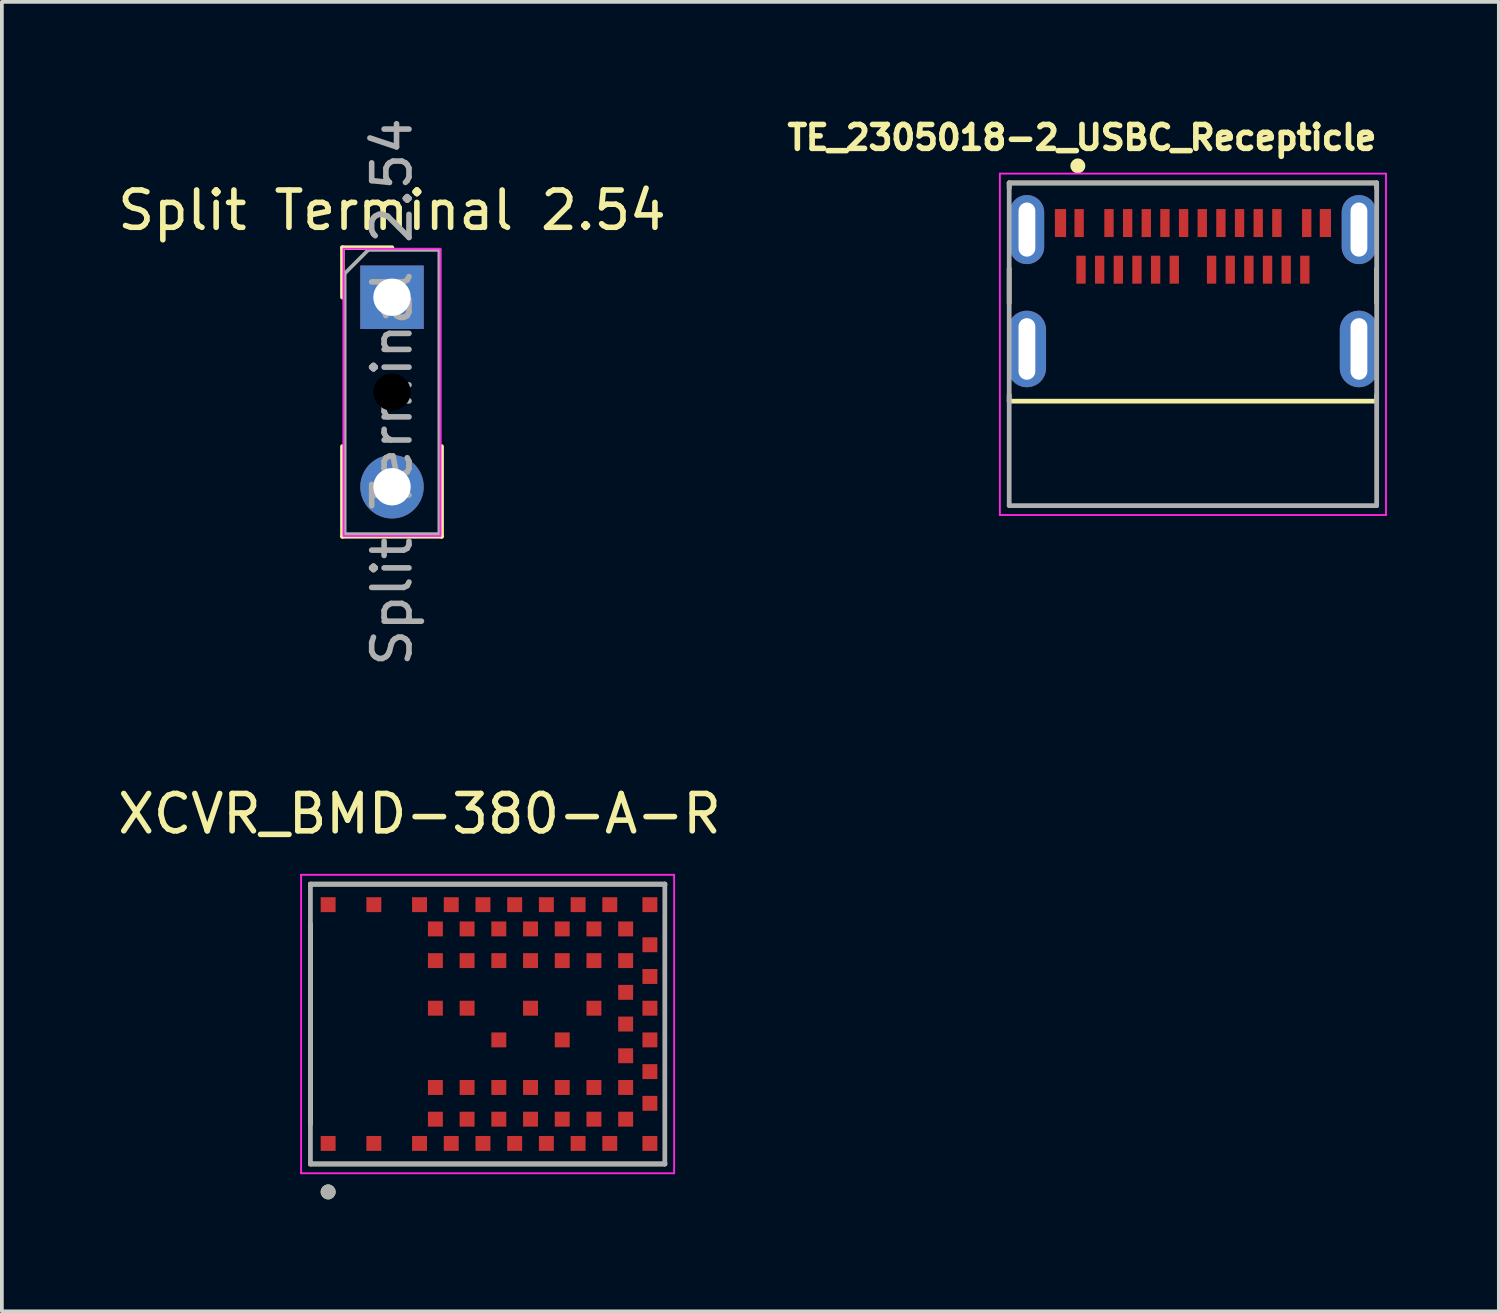
<source format=kicad_pcb>
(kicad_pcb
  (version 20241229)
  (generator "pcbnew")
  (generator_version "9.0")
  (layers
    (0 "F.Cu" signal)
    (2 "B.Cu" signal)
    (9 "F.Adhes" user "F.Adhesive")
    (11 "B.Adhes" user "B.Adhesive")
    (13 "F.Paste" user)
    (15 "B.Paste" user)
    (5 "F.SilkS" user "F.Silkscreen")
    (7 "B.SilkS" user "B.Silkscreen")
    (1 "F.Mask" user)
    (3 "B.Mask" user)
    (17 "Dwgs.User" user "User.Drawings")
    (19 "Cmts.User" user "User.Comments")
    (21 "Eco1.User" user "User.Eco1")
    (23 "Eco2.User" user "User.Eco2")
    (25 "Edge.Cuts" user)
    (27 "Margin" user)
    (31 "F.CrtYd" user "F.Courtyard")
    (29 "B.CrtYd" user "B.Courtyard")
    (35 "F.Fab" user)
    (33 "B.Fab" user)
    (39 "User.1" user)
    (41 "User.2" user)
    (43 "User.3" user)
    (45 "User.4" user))
  (footprint "XCVR_BMD-380-A-R"
    (layer "F.Cu")
    (at 10.021 24.4)
    (property "Reference" "XCVR_BMD-380-A-R" (at -1.825 -5.635 0) (layer "F.SilkS") (effects (font (size 1 1) (thickness 0.15))))
    (attr smd)
    (fp_line (start -4.75 -3.75) (end 4.75 -3.75) (stroke (width 0.127) (type solid)) (layer "F.SilkS"))
    (fp_line (start -4.75 -3.72) (end -4.75 -3.75) (stroke (width 0.127) (type solid)) (layer "F.SilkS"))
    (fp_line (start -4.75 -2.68) (end -4.75 2.68) (stroke (width 0.127) (type solid)) (layer "F.SilkS"))
    (fp_line (start -4.75 3.75) (end -4.75 3.72) (stroke (width 0.127) (type solid)) (layer "F.SilkS"))
    (fp_line (start 4.75 -3.75) (end 4.75 -3.72) (stroke (width 0.127) (type solid)) (layer "F.SilkS"))
    (fp_line (start 4.75 3.75) (end -4.75 3.75) (stroke (width 0.127) (type solid)) (layer "F.SilkS"))
    (fp_line (start 4.75 3.75) (end 4.75 3.72) (stroke (width 0.127) (type solid)) (layer "F.SilkS"))
    (fp_circle (center -4.275 4.5) (end -4.175 4.5) (stroke (width 0.2) (type solid)) (fill no) (layer "F.SilkS"))
    (fp_line (start -5 -4) (end -5 4) (stroke (width 0.05) (type solid)) (layer "F.CrtYd"))
    (fp_line (start -5 4) (end 5 4) (stroke (width 0.05) (type solid)) (layer "F.CrtYd"))
    (fp_line (start 5 -4) (end -5 -4) (stroke (width 0.05) (type solid)) (layer "F.CrtYd"))
    (fp_line (start 5 4) (end 5 -4) (stroke (width 0.05) (type solid)) (layer "F.CrtYd"))
    (fp_line (start -4.75 -3.75) (end 4.75 -3.75) (stroke (width 0.127) (type solid)) (layer "F.Fab"))
    (fp_line (start -4.75 3.75) (end -4.75 -3.75) (stroke (width 0.127) (type solid)) (layer "F.Fab"))
    (fp_line (start 4.75 -3.75) (end 4.75 3.75) (stroke (width 0.127) (type solid)) (layer "F.Fab"))
    (fp_line (start 4.75 3.75) (end -4.75 3.75) (stroke (width 0.127) (type solid)) (layer "F.Fab"))
    (fp_circle (center -4.275 4.5) (end -4.175 4.5) (stroke (width 0.2) (type solid)) (fill no) (layer "F.Fab"))
    (pad "1" smd rect (at -4.275 3.2) (size 0.4 0.4) (layers "F.Cu" "F.Mask" "F.Paste"))
    (pad "2" smd rect (at -3.05 3.2) (size 0.4 0.4) (layers "F.Cu" "F.Mask" "F.Paste"))
    (pad "3" smd rect (at -1.825 3.2) (size 0.4 0.4) (layers "F.Cu" "F.Mask" "F.Paste"))
    (pad "4" smd rect (at -1.4 2.55) (size 0.4 0.4) (layers "F.Cu" "F.Mask" "F.Paste"))
    (pad "5" smd rect (at -1.4 1.7) (size 0.4 0.4) (layers "F.Cu" "F.Mask" "F.Paste"))
    (pad "6" smd rect (at -0.975 3.2) (size 0.4 0.4) (layers "F.Cu" "F.Mask" "F.Paste"))
    (pad "7" smd rect (at -0.55 2.55) (size 0.4 0.4) (layers "F.Cu" "F.Mask" "F.Paste"))
    (pad "8" smd rect (at -0.55 1.7) (size 0.4 0.4) (layers "F.Cu" "F.Mask" "F.Paste"))
    (pad "9" smd rect (at -0.125 3.2) (size 0.4 0.4) (layers "F.Cu" "F.Mask" "F.Paste"))
    (pad "10" smd rect (at 0.3 2.55) (size 0.4 0.4) (layers "F.Cu" "F.Mask" "F.Paste"))
    (pad "11" smd rect (at 0.3 1.7) (size 0.4 0.4) (layers "F.Cu" "F.Mask" "F.Paste"))
    (pad "12" smd rect (at 0.725 3.2) (size 0.4 0.4) (layers "F.Cu" "F.Mask" "F.Paste"))
    (pad "13" smd rect (at 1.15 2.55) (size 0.4 0.4) (layers "F.Cu" "F.Mask" "F.Paste"))
    (pad "14" smd rect (at 1.15 1.7) (size 0.4 0.4) (layers "F.Cu" "F.Mask" "F.Paste"))
    (pad "15" smd rect (at 1.575 3.2) (size 0.4 0.4) (layers "F.Cu" "F.Mask" "F.Paste"))
    (pad "16" smd rect (at 2 2.55) (size 0.4 0.4) (layers "F.Cu" "F.Mask" "F.Paste"))
    (pad "17" smd rect (at 2 1.7) (size 0.4 0.4) (layers "F.Cu" "F.Mask" "F.Paste"))
    (pad "18" smd rect (at 2.425 3.2) (size 0.4 0.4) (layers "F.Cu" "F.Mask" "F.Paste"))
    (pad "19" smd rect (at 2.85 2.55) (size 0.4 0.4) (layers "F.Cu" "F.Mask" "F.Paste"))
    (pad "20" smd rect (at 2.85 1.7) (size 0.4 0.4) (layers "F.Cu" "F.Mask" "F.Paste"))
    (pad "21" smd rect (at 3.275 3.2) (size 0.4 0.4) (layers "F.Cu" "F.Mask" "F.Paste"))
    (pad "22" smd rect (at 3.7 2.55) (size 0.4 0.4) (layers "F.Cu" "F.Mask" "F.Paste"))
    (pad "23" smd rect (at 4.35 3.2) (size 0.4 0.4) (layers "F.Cu" "F.Mask" "F.Paste"))
    (pad "24" smd rect (at 4.35 2.125) (size 0.4 0.4) (layers "F.Cu" "F.Mask" "F.Paste"))
    (pad "25" smd rect (at 3.7 1.7) (size 0.4 0.4) (layers "F.Cu" "F.Mask" "F.Paste"))
    (pad "26" smd rect (at 4.35 1.275) (size 0.4 0.4) (layers "F.Cu" "F.Mask" "F.Paste"))
    (pad "27" smd rect (at 3.7 0.85) (size 0.4 0.4) (layers "F.Cu" "F.Mask" "F.Paste"))
    (pad "28" smd rect (at 4.35 0.425) (size 0.4 0.4) (layers "F.Cu" "F.Mask" "F.Paste"))
    (pad "29" smd rect (at 3.7 0) (size 0.4 0.4) (layers "F.Cu" "F.Mask" "F.Paste"))
    (pad "30" smd rect (at 4.35 -0.425) (size 0.4 0.4) (layers "F.Cu" "F.Mask" "F.Paste"))
    (pad "31" smd rect (at 3.7 -0.85) (size 0.4 0.4) (layers "F.Cu" "F.Mask" "F.Paste"))
    (pad "32" smd rect (at 4.35 -1.275) (size 0.4 0.4) (layers "F.Cu" "F.Mask" "F.Paste"))
    (pad "33" smd rect (at 3.7 -1.7) (size 0.4 0.4) (layers "F.Cu" "F.Mask" "F.Paste"))
    (pad "34" smd rect (at 4.35 -2.125) (size 0.4 0.4) (layers "F.Cu" "F.Mask" "F.Paste"))
    (pad "35" smd rect (at 4.35 -3.2) (size 0.4 0.4) (layers "F.Cu" "F.Mask" "F.Paste"))
    (pad "36" smd rect (at 3.7 -2.55) (size 0.4 0.4) (layers "F.Cu" "F.Mask" "F.Paste"))
    (pad "37" smd rect (at 3.275 -3.2) (size 0.4 0.4) (layers "F.Cu" "F.Mask" "F.Paste"))
    (pad "38" smd rect (at 2.85 -2.55) (size 0.4 0.4) (layers "F.Cu" "F.Mask" "F.Paste"))
    (pad "39" smd rect (at 2.85 -1.7) (size 0.4 0.4) (layers "F.Cu" "F.Mask" "F.Paste"))
    (pad "40" smd rect (at 2.425 -3.2) (size 0.4 0.4) (layers "F.Cu" "F.Mask" "F.Paste"))
    (pad "41" smd rect (at 2 -2.55) (size 0.4 0.4) (layers "F.Cu" "F.Mask" "F.Paste"))
    (pad "42" smd rect (at 2 -1.7) (size 0.4 0.4) (layers "F.Cu" "F.Mask" "F.Paste"))
    (pad "43" smd rect (at 1.575 -3.2) (size 0.4 0.4) (layers "F.Cu" "F.Mask" "F.Paste"))
    (pad "44" smd rect (at 1.15 -2.55) (size 0.4 0.4) (layers "F.Cu" "F.Mask" "F.Paste"))
    (pad "45" smd rect (at 1.15 -1.7) (size 0.4 0.4) (layers "F.Cu" "F.Mask" "F.Paste"))
    (pad "46" smd rect (at 0.725 -3.2) (size 0.4 0.4) (layers "F.Cu" "F.Mask" "F.Paste"))
    (pad "47" smd rect (at 0.3 -2.55) (size 0.4 0.4) (layers "F.Cu" "F.Mask" "F.Paste"))
    (pad "48" smd rect (at 0.3 -1.7) (size 0.4 0.4) (layers "F.Cu" "F.Mask" "F.Paste"))
    (pad "49" smd rect (at -0.125 -3.2) (size 0.4 0.4) (layers "F.Cu" "F.Mask" "F.Paste"))
    (pad "50" smd rect (at -0.55 -2.55) (size 0.4 0.4) (layers "F.Cu" "F.Mask" "F.Paste"))
    (pad "51" smd rect (at -0.55 -1.7) (size 0.4 0.4) (layers "F.Cu" "F.Mask" "F.Paste"))
    (pad "52" smd rect (at -0.975 -3.2) (size 0.4 0.4) (layers "F.Cu" "F.Mask" "F.Paste"))
    (pad "53" smd rect (at -1.4 -2.55) (size 0.4 0.4) (layers "F.Cu" "F.Mask" "F.Paste"))
    (pad "54" smd rect (at -1.4 -1.7) (size 0.4 0.4) (layers "F.Cu" "F.Mask" "F.Paste"))
    (pad "55" smd rect (at -1.825 -3.2) (size 0.4 0.4) (layers "F.Cu" "F.Mask" "F.Paste"))
    (pad "56" smd rect (at -3.05 -3.2) (size 0.4 0.4) (layers "F.Cu" "F.Mask" "F.Paste"))
    (pad "57" smd rect (at -4.275 -3.2) (size 0.4 0.4) (layers "F.Cu" "F.Mask" "F.Paste"))
    (pad "58" smd rect (at -1.4 -0.425) (size 0.4 0.4) (layers "F.Cu" "F.Mask" "F.Paste"))
    (pad "59" smd rect (at -0.55 -0.425) (size 0.4 0.4) (layers "F.Cu" "F.Mask" "F.Paste"))
    (pad "60" smd rect (at 0.3 0.425) (size 0.4 0.4) (layers "F.Cu" "F.Mask" "F.Paste"))
    (pad "61" smd rect (at 1.15 -0.425) (size 0.4 0.4) (layers "F.Cu" "F.Mask" "F.Paste"))
    (pad "62" smd rect (at 2 0.425) (size 0.4 0.4) (layers "F.Cu" "F.Mask" "F.Paste"))
    (pad "63" smd rect (at 2.85 -0.425) (size 0.4 0.4) (layers "F.Cu" "F.Mask" "F.Paste"))
    (zone (net_name "") (layers "F.Cu" "B.Cu") (name "Antenna keepout") (hatch full 0.508) (connect_pads) (min_thickness 0.01) (filled_areas_thickness no) (keepout (tracks not_allowed) (vias not_allowed) (pads not_allowed) (copperpour not_allowed) (footprints allowed)) (placement (enabled no)) (fill) (polygon (pts (xy 5.471 28.15) (xy 5.271 28.15) (xy 5.271 20.65) (xy 5.471 20.65) (xy 5.471 21.61) (xy 8.371 21.61) (xy 8.371 26.76) (xy 5.471 26.76)))))
  (footprint "TE_2305018-2_USBC_Recepticle"
    (layer "F.Cu")
    (at 28.927 6.304)
    (property "Reference" "TE_2305018-2_USBC_Recepticle" (at -2.973 -5.666 0) (layer "F.SilkS") (effects (font (size 0.641 0.641) (thickness 0.15))))
    (attr through_hole)
    (fp_line (start -4.925 -4.45) (end 4.925 -4.45) (stroke (width 0.127) (type solid)) (layer "F.SilkS"))
    (fp_line (start -4.925 -4.309) (end -4.925 -4.45) (stroke (width 0.127) (type solid)) (layer "F.SilkS"))
    (fp_line (start -4.925 -1.231) (end -4.925 -2.155) (stroke (width 0.127) (type solid)) (layer "F.SilkS"))
    (fp_line (start -4.925 1.4) (end -4.925 1.231) (stroke (width 0.127) (type solid)) (layer "F.SilkS"))
    (fp_line (start 4.925 -4.309) (end 4.925 -4.45) (stroke (width 0.127) (type solid)) (layer "F.SilkS"))
    (fp_line (start 4.925 -1.231) (end 4.925 -2.155) (stroke (width 0.127) (type solid)) (layer "F.SilkS"))
    (fp_line (start 4.925 1.4) (end -4.925 1.4) (stroke (width 0.127) (type solid)) (layer "F.SilkS"))
    (fp_line (start 4.925 1.4) (end 4.925 1.231) (stroke (width 0.127) (type solid)) (layer "F.SilkS"))
    (fp_circle (center -3.085 -4.907) (end -2.985 -4.907) (stroke (width 0.2) (type solid)) (fill no) (layer "F.SilkS"))
    (fp_line (start -5.175 -4.7) (end 5.175 -4.7) (stroke (width 0.05) (type solid)) (layer "F.CrtYd"))
    (fp_line (start -5.175 4.45) (end -5.175 -4.7) (stroke (width 0.05) (type solid)) (layer "F.CrtYd"))
    (fp_line (start 5.175 -4.7) (end 5.175 4.45) (stroke (width 0.05) (type solid)) (layer "F.CrtYd"))
    (fp_line (start 5.175 4.45) (end -5.175 4.45) (stroke (width 0.05) (type solid)) (layer "F.CrtYd"))
    (fp_line (start -4.925 -4.45) (end 4.925 -4.45) (stroke (width 0.127) (type solid)) (layer "F.Fab"))
    (fp_line (start -4.925 4.2) (end -4.925 -4.45) (stroke (width 0.127) (type solid)) (layer "F.Fab"))
    (fp_line (start -4.925 4.2) (end 4.925 4.2) (stroke (width 0.127) (type solid)) (layer "F.Fab"))
    (fp_line (start 4.925 -4.45) (end 4.925 4.2) (stroke (width 0.127) (type solid)) (layer "F.Fab"))
    (pad "A1" smd rect (at -3.05 -3.375) (size 0.25 0.75) (layers "F.Cu" "F.Mask" "F.Paste"))
    (pad "A2" smd rect (at -2.25 -3.375) (size 0.25 0.75) (layers "F.Cu" "F.Mask" "F.Paste"))
    (pad "A3" smd rect (at -1.75 -3.375) (size 0.25 0.75) (layers "F.Cu" "F.Mask" "F.Paste"))
    (pad "A4" smd rect (at -1.25 -3.375) (size 0.25 0.75) (layers "F.Cu" "F.Mask" "F.Paste"))
    (pad "A5" smd rect (at -0.75 -3.375) (size 0.25 0.75) (layers "F.Cu" "F.Mask" "F.Paste"))
    (pad "A6" smd rect (at -0.25 -3.375) (size 0.25 0.75) (layers "F.Cu" "F.Mask" "F.Paste"))
    (pad "A7" smd rect (at 0.25 -3.375) (size 0.25 0.75) (layers "F.Cu" "F.Mask" "F.Paste"))
    (pad "A8" smd rect (at 0.75 -3.375) (size 0.25 0.75) (layers "F.Cu" "F.Mask" "F.Paste"))
    (pad "A9" smd rect (at 1.25 -3.375) (size 0.25 0.75) (layers "F.Cu" "F.Mask" "F.Paste"))
    (pad "A10" smd rect (at 1.75 -3.375) (size 0.25 0.75) (layers "F.Cu" "F.Mask" "F.Paste"))
    (pad "A11" smd rect (at 2.25 -3.375) (size 0.25 0.75) (layers "F.Cu" "F.Mask" "F.Paste"))
    (pad "A12" smd rect (at 3.05 -3.375) (size 0.25 0.75) (layers "F.Cu" "F.Mask" "F.Paste"))
    (pad "B1" smd rect (at 3 -2.125) (size 0.25 0.75) (layers "F.Cu" "F.Mask" "F.Paste"))
    (pad "B2" smd rect (at 2.5 -2.125) (size 0.25 0.75) (layers "F.Cu" "F.Mask" "F.Paste"))
    (pad "B3" smd rect (at 2 -2.125) (size 0.25 0.75) (layers "F.Cu" "F.Mask" "F.Paste"))
    (pad "B4" smd rect (at 1.5 -2.125) (size 0.25 0.75) (layers "F.Cu" "F.Mask" "F.Paste"))
    (pad "B5" smd rect (at 1 -2.125) (size 0.25 0.75) (layers "F.Cu" "F.Mask" "F.Paste"))
    (pad "B6" smd rect (at 0.5 -2.125) (size 0.25 0.75) (layers "F.Cu" "F.Mask" "F.Paste"))
    (pad "B7" smd rect (at -0.5 -2.125) (size 0.25 0.75) (layers "F.Cu" "F.Mask" "F.Paste"))
    (pad "B8" smd rect (at -1 -2.125) (size 0.25 0.75) (layers "F.Cu" "F.Mask" "F.Paste"))
    (pad "B9" smd rect (at -1.5 -2.125) (size 0.25 0.75) (layers "F.Cu" "F.Mask" "F.Paste"))
    (pad "B10" smd rect (at -2 -2.125) (size 0.25 0.75) (layers "F.Cu" "F.Mask" "F.Paste"))
    (pad "B11" smd rect (at -2.5 -2.125) (size 0.25 0.75) (layers "F.Cu" "F.Mask" "F.Paste"))
    (pad "B12" smd rect (at -3 -2.125) (size 0.25 0.75) (layers "F.Cu" "F.Mask" "F.Paste"))
    (pad "G1" smd rect (at -3.55 -3.375) (size 0.3 0.75) (layers "F.Cu" "F.Mask" "F.Paste"))
    (pad "G2" smd rect (at 3.55 -3.375) (size 0.3 0.75) (layers "F.Cu" "F.Mask" "F.Paste"))
    (pad "S1" thru_hole oval (at -4.45 0) (size 1.025 2.05) (drill oval 0.45 1.65) (layers "*.Cu" "*.Mask"))
    (pad "S2" thru_hole oval (at 4.45 0) (size 1.025 2.05) (drill oval 0.45 1.65) (layers "*.Cu" "*.Mask"))
    (pad "S3" thru_hole oval (at -4.45 -3.2) (size 0.925 1.85) (drill oval 0.45 1.45) (layers "*.Cu" "*.Mask"))
    (pad "S4" thru_hole oval (at 4.45 -3.2) (size 0.925 1.85) (drill oval 0.45 1.45) (layers "*.Cu" "*.Mask")))
  (footprint "Split Terminal 2.54"
    (layer "F.Cu")
    (at 7.458 4.918)
    (property "Reference" "Split Terminal 2.54" (at 0 -2.33 0) (layer "F.SilkS") (effects (font (size 1 1) (thickness 0.15))))
    (attr through_hole)
    (fp_line (start -1.33 -1.33) (end 0 -1.33) (stroke (width 0.12) (type solid)) (layer "F.SilkS"))
    (fp_line (start -1.33 0) (end -1.33 -1.33) (stroke (width 0.12) (type solid)) (layer "F.SilkS"))
    (fp_line (start -1.33 4) (end -1.33 6.41) (stroke (width 0.12) (type solid)) (layer "F.SilkS"))
    (fp_line (start -1.33 6.41) (end 1.33 6.41) (stroke (width 0.12) (type solid)) (layer "F.SilkS"))
    (fp_line (start 1.33 4) (end 1.33 6.41) (stroke (width 0.12) (type solid)) (layer "F.SilkS"))
    (fp_rect (start -1.3 -1.3) (end 1.3 6.4) (stroke (width 0.05) (type default)) (fill no) (layer "F.CrtYd"))
    (fp_line (start -1.27 -0.635) (end -0.635 -1.27) (stroke (width 0.1) (type solid)) (layer "F.Fab"))
    (fp_line (start -1.27 6.35) (end -1.27 -0.635) (stroke (width 0.1) (type solid)) (layer "F.Fab"))
    (fp_line (start -0.635 -1.27) (end 1.27 -1.27) (stroke (width 0.1) (type solid)) (layer "F.Fab"))
    (fp_line (start 1.27 -1.27) (end 1.27 6.35) (stroke (width 0.1) (type solid)) (layer "F.Fab"))
    (fp_line (start 1.27 6.35) (end -1.27 6.35) (stroke (width 0.1) (type solid)) (layer "F.Fab"))
    (fp_text user "${REFERENCE}" (at 0 2.54 90) (layer "F.Fab") (effects (font (size 1 1) (thickness 0.15))))
    (pad "" np_thru_hole circle (at 0 2.54) (size 1 1) (drill 1) (layers "*.Mask"))
    (pad "1" thru_hole rect (at 0 0) (size 1.7 1.7) (drill 1) (layers "*.Cu" "*.Mask"))
    (pad "2" thru_hole oval (at 0 5.08) (size 1.7 1.7) (drill 1) (layers "*.Cu" "*.Mask")))
  (gr_rect
    (start -3 -3)
    (end 37.127 32.1)
    (stroke (width 0.1) (type default))
    (fill no)
    (layer "Edge.Cuts")))
</source>
